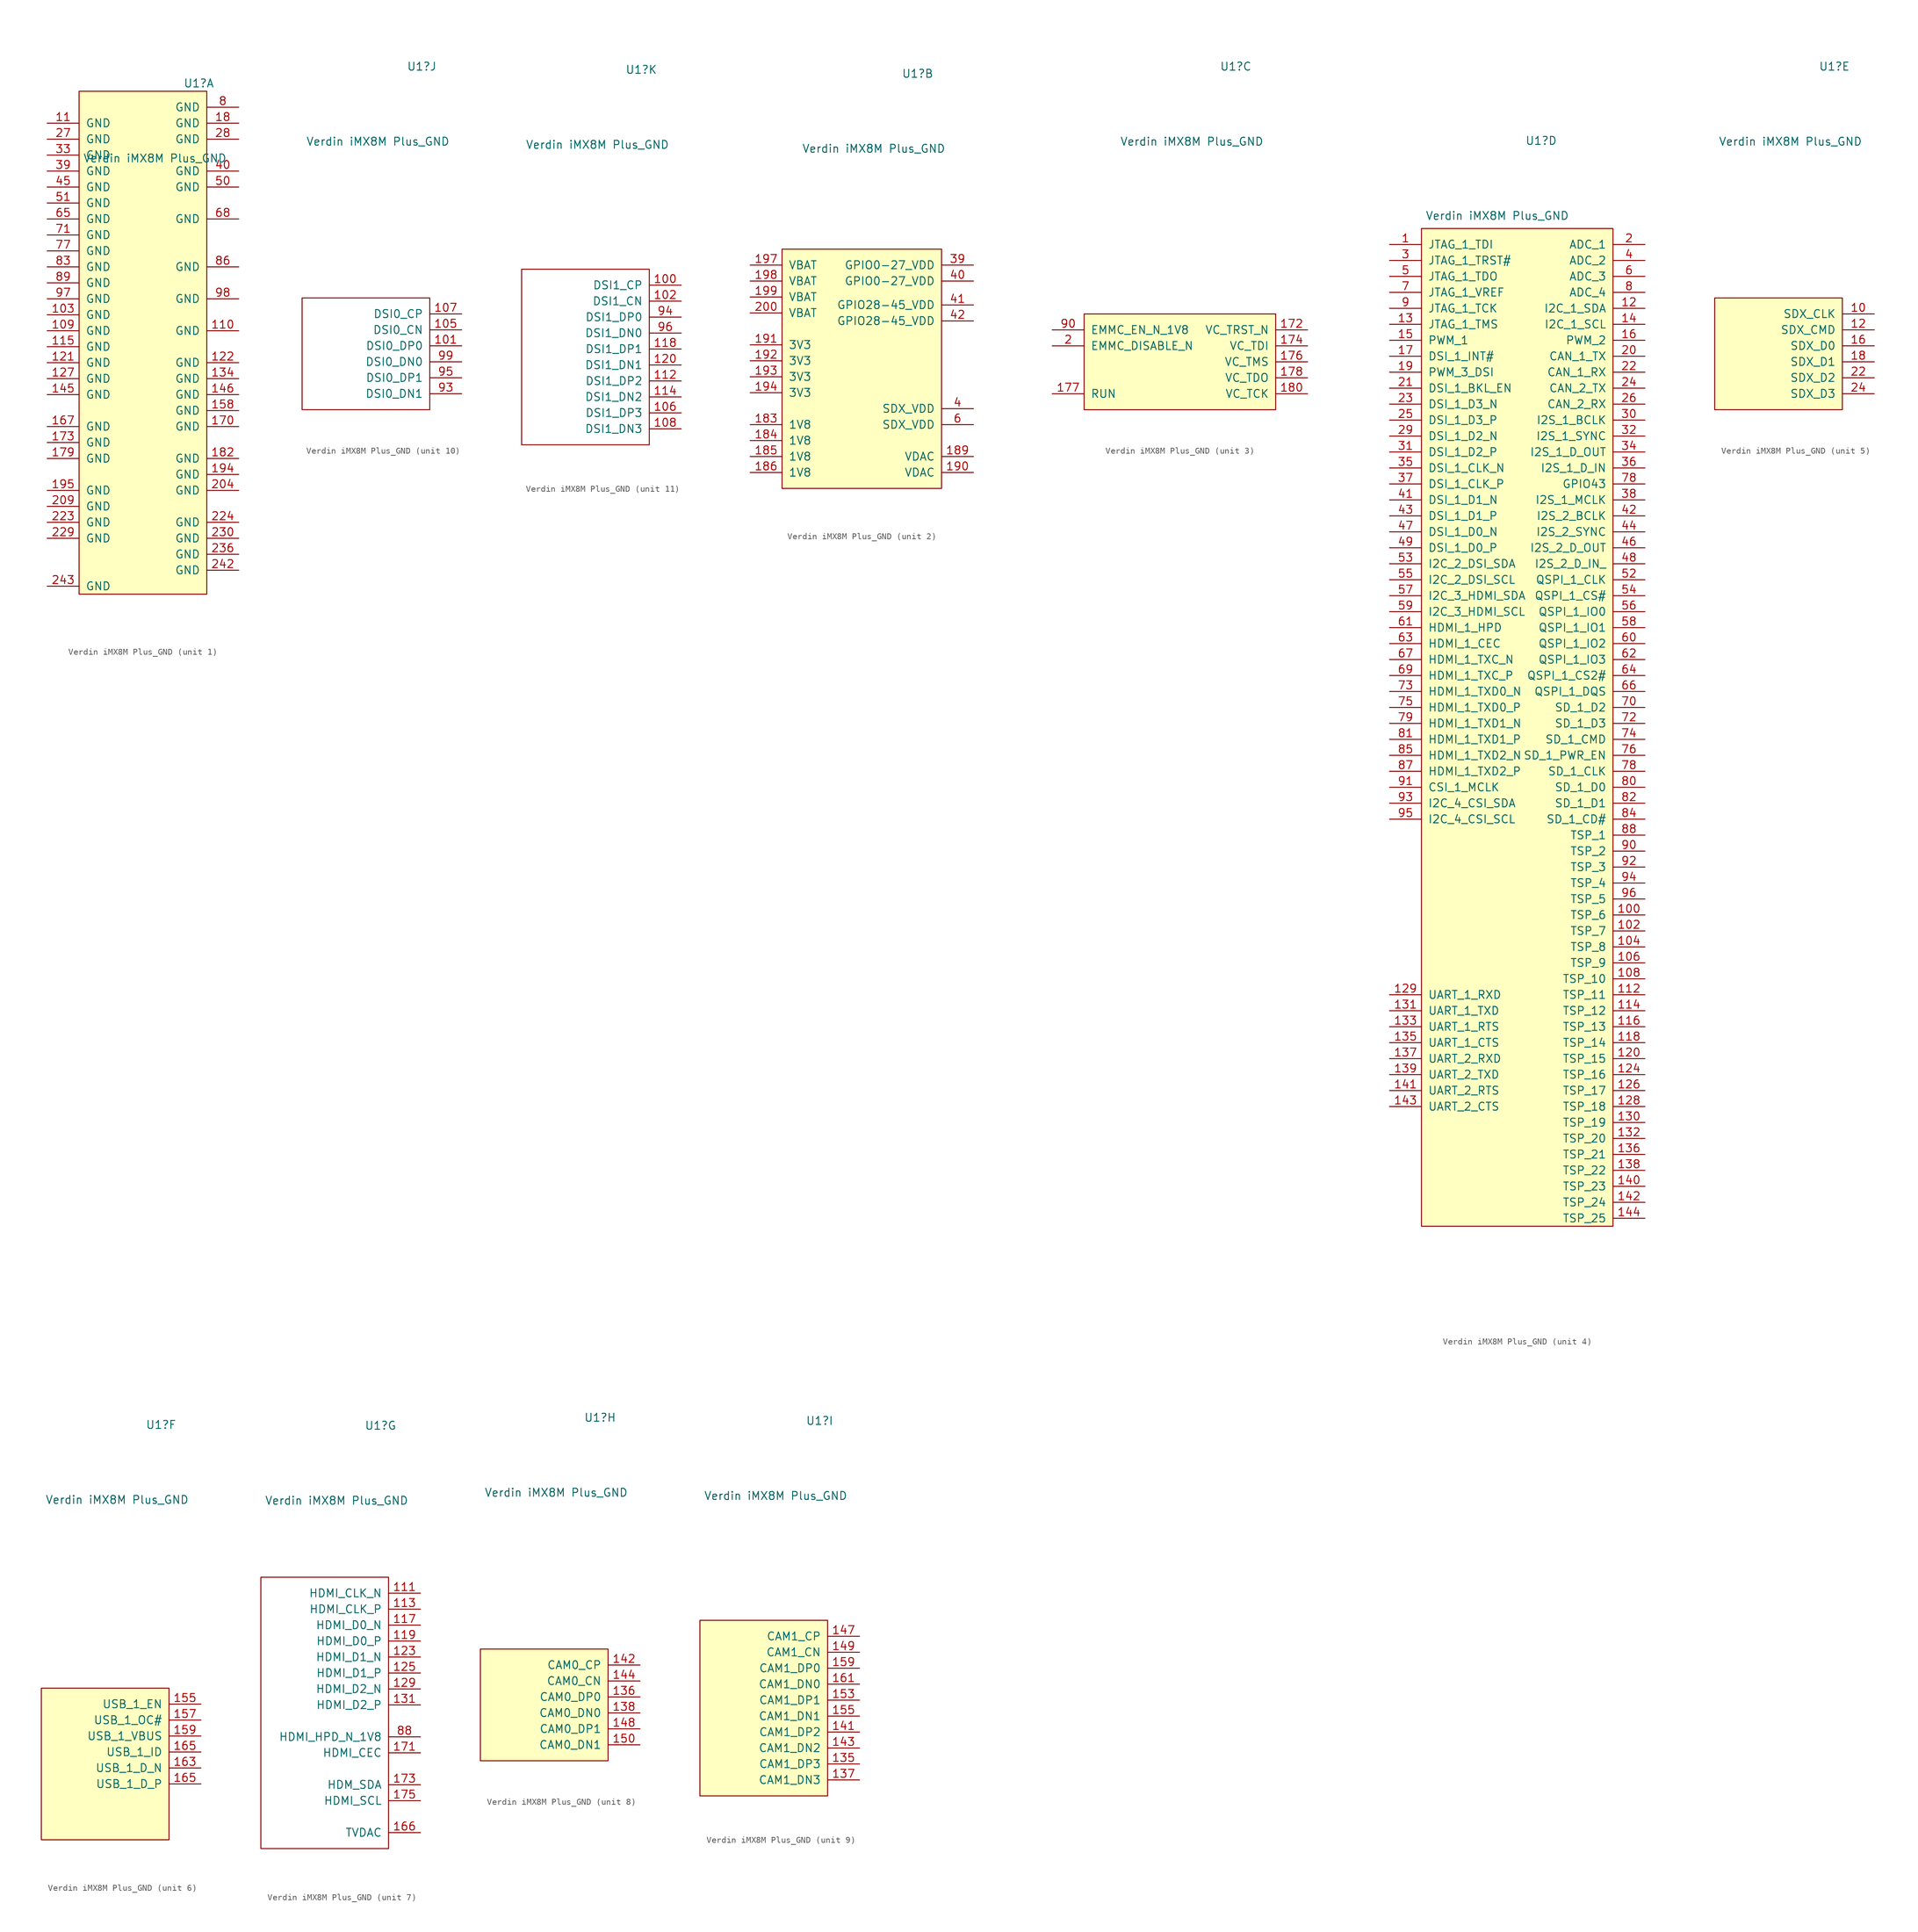
<source format=kicad_sym>
(kicad_symbol_lib
  (version 20220914)
  (generator kicad_symbol_editor)
  (symbol "Verdin iMX8M Plus_GND"
    (pin_names
      (offset 1.016))
    (property "Reference" "U1"
      (at 8.89 46.99 0)
      (effects (font (size 1.27 1.27))))
    (property "Value" "Verdin iMX8M Plus_GND"
      (at 1.905 35.052 0)
      (effects (font (size 1.27 1.27))))
    (property "ki_locked" ""
      (at 0 0 0)
      (effects (font (size 1.27 1.27))))
    (symbol "Verdin iMX8M Plus_GND_1_1"
      (rectangle (start -10.16 45.72) (end 10.16 -34.29) (stroke (width 0) (type default)) (fill (type background)))
      (pin power_in line (at -15.24 10.16 0) (length 5.08) (name "GND" (effects (font (size 1.27 1.27)))) (number "103" (effects (font (size 1.27 1.27)))))
      (pin power_in line (at -15.24 7.62 0) (length 5.08) (name "GND" (effects (font (size 1.27 1.27)))) (number "109" (effects (font (size 1.27 1.27)))))
      (pin power_in line (at -15.24 40.64 0) (length 5.08) (name "GND" (effects (font (size 1.27 1.27)))) (number "11" (effects (font (size 1.27 1.27)))))
      (pin power_in line (at 15.24 7.62 180) (length 5.08) (name "GND" (effects (font (size 1.27 1.27)))) (number "110" (effects (font (size 1.27 1.27)))))
      (pin power_in line (at -15.24 5.08 0) (length 5.08) (name "GND" (effects (font (size 1.27 1.27)))) (number "115" (effects (font (size 1.27 1.27)))))
      (pin power_in line (at -15.24 2.54 0) (length 5.08) (name "GND" (effects (font (size 1.27 1.27)))) (number "121" (effects (font (size 1.27 1.27)))))
      (pin power_in line (at 15.24 2.54 180) (length 5.08) (name "GND" (effects (font (size 1.27 1.27)))) (number "122" (effects (font (size 1.27 1.27)))))
      (pin power_in line (at -15.24 0 0) (length 5.08) (name "GND" (effects (font (size 1.27 1.27)))) (number "127" (effects (font (size 1.27 1.27)))))
      (pin power_in line (at 15.24 0 180) (length 5.08) (name "GND" (effects (font (size 1.27 1.27)))) (number "134" (effects (font (size 1.27 1.27)))))
      (pin power_in line (at -15.24 -2.54 0) (length 5.08) (name "GND" (effects (font (size 1.27 1.27)))) (number "145" (effects (font (size 1.27 1.27)))))
      (pin power_in line (at 15.24 -2.54 180) (length 5.08) (name "GND" (effects (font (size 1.27 1.27)))) (number "146" (effects (font (size 1.27 1.27)))))
      (pin power_in line (at 15.24 -5.08 180) (length 5.08) (name "GND" (effects (font (size 1.27 1.27)))) (number "158" (effects (font (size 1.27 1.27)))))
      (pin power_in line (at -15.24 -7.62 0) (length 5.08) (name "GND" (effects (font (size 1.27 1.27)))) (number "167" (effects (font (size 1.27 1.27)))))
      (pin power_in line (at 15.24 -7.62 180) (length 5.08) (name "GND" (effects (font (size 1.27 1.27)))) (number "170" (effects (font (size 1.27 1.27)))))
      (pin power_in line (at -15.24 -10.16 0) (length 5.08) (name "GND" (effects (font (size 1.27 1.27)))) (number "173" (effects (font (size 1.27 1.27)))))
      (pin power_in line (at -15.24 -12.7 0) (length 5.08) (name "GND" (effects (font (size 1.27 1.27)))) (number "179" (effects (font (size 1.27 1.27)))))
      (pin power_in line (at 15.24 40.64 180) (length 5.08) (name "GND" (effects (font (size 1.27 1.27)))) (number "18" (effects (font (size 1.27 1.27)))))
      (pin power_in line (at 15.24 -12.7 180) (length 5.08) (name "GND" (effects (font (size 1.27 1.27)))) (number "182" (effects (font (size 1.27 1.27)))))
      (pin power_in line (at 15.24 -15.24 180) (length 5.08) (name "GND" (effects (font (size 1.27 1.27)))) (number "194" (effects (font (size 1.27 1.27)))))
      (pin power_in line (at -15.24 -17.78 0) (length 5.08) (name "GND" (effects (font (size 1.27 1.27)))) (number "195" (effects (font (size 1.27 1.27)))))
      (pin power_in line (at 15.24 -17.78 180) (length 5.08) (name "GND" (effects (font (size 1.27 1.27)))) (number "204" (effects (font (size 1.27 1.27)))))
      (pin power_in line (at -15.24 -20.32 0) (length 5.08) (name "GND" (effects (font (size 1.27 1.27)))) (number "209" (effects (font (size 1.27 1.27)))))
      (pin power_in line (at -15.24 -22.86 0) (length 5.08) (name "GND" (effects (font (size 1.27 1.27)))) (number "223" (effects (font (size 1.27 1.27)))))
      (pin power_in line (at 15.24 -22.86 180) (length 5.08) (name "GND" (effects (font (size 1.27 1.27)))) (number "224" (effects (font (size 1.27 1.27)))))
      (pin power_in line (at -15.24 -25.4 0) (length 5.08) (name "GND" (effects (font (size 1.27 1.27)))) (number "229" (effects (font (size 1.27 1.27)))))
      (pin power_in line (at 15.24 -25.4 180) (length 5.08) (name "GND" (effects (font (size 1.27 1.27)))) (number "230" (effects (font (size 1.27 1.27)))))
      (pin power_in line (at 15.24 -27.94 180) (length 5.08) (name "GND" (effects (font (size 1.27 1.27)))) (number "236" (effects (font (size 1.27 1.27)))))
      (pin power_in line (at 15.24 -30.48 180) (length 5.08) (name "GND" (effects (font (size 1.27 1.27)))) (number "242" (effects (font (size 1.27 1.27)))))
      (pin power_in line (at -15.24 -33.02 0) (length 5.08) (name "GND" (effects (font (size 1.27 1.27)))) (number "243" (effects (font (size 1.27 1.27)))))
      (pin power_in line (at -15.24 38.1 0) (length 5.08) (name "GND" (effects (font (size 1.27 1.27)))) (number "27" (effects (font (size 1.27 1.27)))))
      (pin power_in line (at 15.24 38.1 180) (length 5.08) (name "GND" (effects (font (size 1.27 1.27)))) (number "28" (effects (font (size 1.27 1.27)))))
      (pin power_in line (at -15.24 35.56 0) (length 5.08) (name "GND" (effects (font (size 1.27 1.27)))) (number "33" (effects (font (size 1.27 1.27)))))
      (pin power_in line (at -15.24 33.02 0) (length 5.08) (name "GND" (effects (font (size 1.27 1.27)))) (number "39" (effects (font (size 1.27 1.27)))))
      (pin power_in line (at 15.24 33.02 180) (length 5.08) (name "GND" (effects (font (size 1.27 1.27)))) (number "40" (effects (font (size 1.27 1.27)))))
      (pin power_in line (at -15.24 30.48 0) (length 5.08) (name "GND" (effects (font (size 1.27 1.27)))) (number "45" (effects (font (size 1.27 1.27)))))
      (pin power_in line (at 15.24 30.48 180) (length 5.08) (name "GND" (effects (font (size 1.27 1.27)))) (number "50" (effects (font (size 1.27 1.27)))))
      (pin power_in line (at -15.24 27.94 0) (length 5.08) (name "GND" (effects (font (size 1.27 1.27)))) (number "51" (effects (font (size 1.27 1.27)))))
      (pin power_in line (at -15.24 25.4 0) (length 5.08) (name "GND" (effects (font (size 1.27 1.27)))) (number "65" (effects (font (size 1.27 1.27)))))
      (pin power_in line (at 15.24 25.4 180) (length 5.08) (name "GND" (effects (font (size 1.27 1.27)))) (number "68" (effects (font (size 1.27 1.27)))))
      (pin power_in line (at -15.24 22.86 0) (length 5.08) (name "GND" (effects (font (size 1.27 1.27)))) (number "71" (effects (font (size 1.27 1.27)))))
      (pin power_in line (at -15.24 20.32 0) (length 5.08) (name "GND" (effects (font (size 1.27 1.27)))) (number "77" (effects (font (size 1.27 1.27)))))
      (pin power_in line (at 15.24 43.18 180) (length 5.08) (name "GND" (effects (font (size 1.27 1.27)))) (number "8" (effects (font (size 1.27 1.27)))))
      (pin power_in line (at -15.24 17.78 0) (length 5.08) (name "GND" (effects (font (size 1.27 1.27)))) (number "83" (effects (font (size 1.27 1.27)))))
      (pin power_in line (at 15.24 17.78 180) (length 5.08) (name "GND" (effects (font (size 1.27 1.27)))) (number "86" (effects (font (size 1.27 1.27)))))
      (pin power_in line (at -15.24 15.24 0) (length 5.08) (name "GND" (effects (font (size 1.27 1.27)))) (number "89" (effects (font (size 1.27 1.27)))))
      (pin power_in line (at -15.24 12.7 0) (length 5.08) (name "GND" (effects (font (size 1.27 1.27)))) (number "97" (effects (font (size 1.27 1.27)))))
      (pin power_in line (at 15.24 12.7 180) (length 5.08) (name "GND" (effects (font (size 1.27 1.27)))) (number "98" (effects (font (size 1.27 1.27))))))
    (symbol "Verdin iMX8M Plus_GND_2_1"
      (rectangle (start -12.7 19.05) (end 12.7 -19.05) (stroke (width 0) (type default)) (fill (type background)))
      (pin power_in line (at -17.78 -8.89 0) (length 5.08) (name "1V8" (effects (font (size 1.27 1.27)))) (number "183" (effects (font (size 1.27 1.27)))))
      (pin power_in line (at -17.78 -11.43 0) (length 5.08) (name "1V8" (effects (font (size 1.27 1.27)))) (number "184" (effects (font (size 1.27 1.27)))))
      (pin power_in line (at -17.78 -13.97 0) (length 5.08) (name "1V8" (effects (font (size 1.27 1.27)))) (number "185" (effects (font (size 1.27 1.27)))))
      (pin power_in line (at -17.78 -16.51 0) (length 5.08) (name "1V8" (effects (font (size 1.27 1.27)))) (number "186" (effects (font (size 1.27 1.27)))))
      (pin power_in line (at 17.78 -13.97 180) (length 5.08) (name "VDAC" (effects (font (size 1.27 1.27)))) (number "189" (effects (font (size 1.27 1.27)))))
      (pin power_in line (at 17.78 -16.51 180) (length 5.08) (name "VDAC" (effects (font (size 1.27 1.27)))) (number "190" (effects (font (size 1.27 1.27)))))
      (pin power_in line (at -17.78 3.81 0) (length 5.08) (name "3V3" (effects (font (size 1.27 1.27)))) (number "191" (effects (font (size 1.27 1.27)))))
      (pin power_in line (at -17.78 1.27 0) (length 5.08) (name "3V3" (effects (font (size 1.27 1.27)))) (number "192" (effects (font (size 1.27 1.27)))))
      (pin power_in line (at -17.78 -1.27 0) (length 5.08) (name "3V3" (effects (font (size 1.27 1.27)))) (number "193" (effects (font (size 1.27 1.27)))))
      (pin power_in line (at -17.78 -3.81 0) (length 5.08) (name "3V3" (effects (font (size 1.27 1.27)))) (number "194" (effects (font (size 1.27 1.27)))))
      (pin power_in line (at -17.78 16.51 0) (length 5.08) (name "VBAT" (effects (font (size 1.27 1.27)))) (number "197" (effects (font (size 1.27 1.27)))))
      (pin power_in line (at -17.78 13.97 0) (length 5.08) (name "VBAT" (effects (font (size 1.27 1.27)))) (number "198" (effects (font (size 1.27 1.27)))))
      (pin power_in line (at -17.78 11.43 0) (length 5.08) (name "VBAT" (effects (font (size 1.27 1.27)))) (number "199" (effects (font (size 1.27 1.27)))))
      (pin power_in line (at -17.78 8.89 0) (length 5.08) (name "VBAT" (effects (font (size 1.27 1.27)))) (number "200" (effects (font (size 1.27 1.27)))))
      (pin power_in line (at 17.78 16.51 180) (length 5.08) (name "GPIO0-27_VDD" (effects (font (size 1.27 1.27)))) (number "39" (effects (font (size 1.27 1.27)))))
      (pin power_in line (at 17.78 -6.35 180) (length 5.08) (name "SDX_VDD" (effects (font (size 1.27 1.27)))) (number "4" (effects (font (size 1.27 1.27)))))
      (pin power_in line (at 17.78 13.97 180) (length 5.08) (name "GPIO0-27_VDD" (effects (font (size 1.27 1.27)))) (number "40" (effects (font (size 1.27 1.27)))))
      (pin power_in line (at 17.78 10.16 180) (length 5.08) (name "GPIO28-45_VDD" (effects (font (size 1.27 1.27)))) (number "41" (effects (font (size 1.27 1.27)))))
      (pin power_in line (at 17.78 7.62 180) (length 5.08) (name "GPIO28-45_VDD" (effects (font (size 1.27 1.27)))) (number "42" (effects (font (size 1.27 1.27)))))
      (pin power_in line (at 17.78 -8.89 180) (length 5.08) (name "SDX_VDD" (effects (font (size 1.27 1.27)))) (number "6" (effects (font (size 1.27 1.27))))))
    (symbol "Verdin iMX8M Plus_GND_3_1"
      (rectangle (start -15.24 7.62) (end 15.24 -7.62) (stroke (width 0) (type default)) (fill (type background)))
      (pin input line (at 20.32 5.08 180) (length 5.08) (name "VC_TRST_N" (effects (font (size 1.27 1.27)))) (number "172" (effects (font (size 1.27 1.27)))))
      (pin input line (at 20.32 2.54 180) (length 5.08) (name "VC_TDI" (effects (font (size 1.27 1.27)))) (number "174" (effects (font (size 1.27 1.27)))))
      (pin input line (at 20.32 0 180) (length 5.08) (name "VC_TMS" (effects (font (size 1.27 1.27)))) (number "176" (effects (font (size 1.27 1.27)))))
      (pin input line (at -20.32 -5.08 0) (length 5.08) (name "RUN" (effects (font (size 1.27 1.27)))) (number "177" (effects (font (size 1.27 1.27)))))
      (pin output line (at 20.32 -2.54 180) (length 5.08) (name "VC_TDO" (effects (font (size 1.27 1.27)))) (number "178" (effects (font (size 1.27 1.27)))))
      (pin input line (at 20.32 -5.08 180) (length 5.08) (name "VC_TCK" (effects (font (size 1.27 1.27)))) (number "180" (effects (font (size 1.27 1.27)))))
      (pin input line (at -20.32 2.54 0) (length 5.08) (name "EMMC_DISABLE_N" (effects (font (size 1.27 1.27)))) (number "2" (effects (font (size 1.27 1.27)))))
      (pin output line (at -20.32 5.08 0) (length 5.08) (name "EMMC_EN_N_1V8" (effects (font (size 1.27 1.27)))) (number "90" (effects (font (size 1.27 1.27))))))
    (symbol "Verdin iMX8M Plus_GND_4_1"
      (rectangle (start -10.16 33.02) (end 20.32 -125.73) (stroke (width 0) (type default)) (fill (type background)))
      (pin bidirectional line (at -15.24 30.48 0) (length 5.08) (name "JTAG_1_TDI" (effects (font (size 1.27 1.27)))) (number "1" (effects (font (size 1.27 1.27)))))
      (pin bidirectional line (at 25.4 -76.2 180) (length 5.08) (name "TSP_6" (effects (font (size 1.27 1.27)))) (number "100" (effects (font (size 1.27 1.27)))))
      (pin bidirectional line (at 25.4 -78.74 180) (length 5.08) (name "TSP_7" (effects (font (size 1.27 1.27)))) (number "102" (effects (font (size 1.27 1.27)))))
      (pin bidirectional line (at 25.4 -81.28 180) (length 5.08) (name "TSP_8" (effects (font (size 1.27 1.27)))) (number "104" (effects (font (size 1.27 1.27)))))
      (pin bidirectional line (at 25.4 -83.82 180) (length 5.08) (name "TSP_9" (effects (font (size 1.27 1.27)))) (number "106" (effects (font (size 1.27 1.27)))))
      (pin bidirectional line (at 25.4 -86.36 180) (length 5.08) (name "TSP_10" (effects (font (size 1.27 1.27)))) (number "108" (effects (font (size 1.27 1.27)))))
      (pin bidirectional line (at 25.4 -88.9 180) (length 5.08) (name "TSP_11" (effects (font (size 1.27 1.27)))) (number "112" (effects (font (size 1.27 1.27)))))
      (pin bidirectional line (at 25.4 -91.44 180) (length 5.08) (name "TSP_12" (effects (font (size 1.27 1.27)))) (number "114" (effects (font (size 1.27 1.27)))))
      (pin bidirectional line (at 25.4 -93.98 180) (length 5.08) (name "TSP_13" (effects (font (size 1.27 1.27)))) (number "116" (effects (font (size 1.27 1.27)))))
      (pin bidirectional line (at 25.4 -96.52 180) (length 5.08) (name "TSP_14" (effects (font (size 1.27 1.27)))) (number "118" (effects (font (size 1.27 1.27)))))
      (pin bidirectional line (at 25.4 20.32 180) (length 5.08) (name "I2C_1_SDA" (effects (font (size 1.27 1.27)))) (number "12" (effects (font (size 1.27 1.27)))))
      (pin bidirectional line (at 25.4 -99.06 180) (length 5.08) (name "TSP_15" (effects (font (size 1.27 1.27)))) (number "120" (effects (font (size 1.27 1.27)))))
      (pin bidirectional line (at 25.4 -101.6 180) (length 5.08) (name "TSP_16" (effects (font (size 1.27 1.27)))) (number "124" (effects (font (size 1.27 1.27)))))
      (pin bidirectional line (at 25.4 -104.14 180) (length 5.08) (name "TSP_17" (effects (font (size 1.27 1.27)))) (number "126" (effects (font (size 1.27 1.27)))))
      (pin bidirectional line (at 25.4 -106.68 180) (length 5.08) (name "TSP_18" (effects (font (size 1.27 1.27)))) (number "128" (effects (font (size 1.27 1.27)))))
      (pin bidirectional line (at -15.24 -88.9 0) (length 5.08) (name "UART_1_RXD" (effects (font (size 1.27 1.27)))) (number "129" (effects (font (size 1.27 1.27)))))
      (pin bidirectional line (at -15.24 17.78 0) (length 5.08) (name "JTAG_1_TMS" (effects (font (size 1.27 1.27)))) (number "13" (effects (font (size 1.27 1.27)))))
      (pin bidirectional line (at 25.4 -109.22 180) (length 5.08) (name "TSP_19" (effects (font (size 1.27 1.27)))) (number "130" (effects (font (size 1.27 1.27)))))
      (pin bidirectional line (at -15.24 -91.44 0) (length 5.08) (name "UART_1_TXD" (effects (font (size 1.27 1.27)))) (number "131" (effects (font (size 1.27 1.27)))))
      (pin bidirectional line (at 25.4 -111.76 180) (length 5.08) (name "TSP_20" (effects (font (size 1.27 1.27)))) (number "132" (effects (font (size 1.27 1.27)))))
      (pin bidirectional line (at -15.24 -93.98 0) (length 5.08) (name "UART_1_RTS" (effects (font (size 1.27 1.27)))) (number "133" (effects (font (size 1.27 1.27)))))
      (pin bidirectional line (at -15.24 -96.52 0) (length 5.08) (name "UART_1_CTS" (effects (font (size 1.27 1.27)))) (number "135" (effects (font (size 1.27 1.27)))))
      (pin bidirectional line (at 25.4 -114.3 180) (length 5.08) (name "TSP_21" (effects (font (size 1.27 1.27)))) (number "136" (effects (font (size 1.27 1.27)))))
      (pin bidirectional line (at -15.24 -99.06 0) (length 5.08) (name "UART_2_RXD" (effects (font (size 1.27 1.27)))) (number "137" (effects (font (size 1.27 1.27)))))
      (pin bidirectional line (at 25.4 -116.84 180) (length 5.08) (name "TSP_22" (effects (font (size 1.27 1.27)))) (number "138" (effects (font (size 1.27 1.27)))))
      (pin bidirectional line (at -15.24 -101.6 0) (length 5.08) (name "UART_2_TXD" (effects (font (size 1.27 1.27)))) (number "139" (effects (font (size 1.27 1.27)))))
      (pin bidirectional line (at 25.4 17.78 180) (length 5.08) (name "I2C_1_SCL" (effects (font (size 1.27 1.27)))) (number "14" (effects (font (size 1.27 1.27)))))
      (pin bidirectional line (at 25.4 -119.38 180) (length 5.08) (name "TSP_23" (effects (font (size 1.27 1.27)))) (number "140" (effects (font (size 1.27 1.27)))))
      (pin bidirectional line (at -15.24 -104.14 0) (length 5.08) (name "UART_2_RTS" (effects (font (size 1.27 1.27)))) (number "141" (effects (font (size 1.27 1.27)))))
      (pin bidirectional line (at 25.4 -121.92 180) (length 5.08) (name "TSP_24" (effects (font (size 1.27 1.27)))) (number "142" (effects (font (size 1.27 1.27)))))
      (pin bidirectional line (at -15.24 -106.68 0) (length 5.08) (name "UART_2_CTS" (effects (font (size 1.27 1.27)))) (number "143" (effects (font (size 1.27 1.27)))))
      (pin bidirectional line (at 25.4 -124.46 180) (length 5.08) (name "TSP_25" (effects (font (size 1.27 1.27)))) (number "144" (effects (font (size 1.27 1.27)))))
      (pin bidirectional line (at -15.24 15.24 0) (length 5.08) (name "PWM_1" (effects (font (size 1.27 1.27)))) (number "15" (effects (font (size 1.27 1.27)))))
      (pin bidirectional line (at 25.4 15.24 180) (length 5.08) (name "PWM_2" (effects (font (size 1.27 1.27)))) (number "16" (effects (font (size 1.27 1.27)))))
      (pin bidirectional line (at -15.24 12.7 0) (length 5.08) (name "DSI_1_INT#" (effects (font (size 1.27 1.27)))) (number "17" (effects (font (size 1.27 1.27)))))
      (pin bidirectional line (at -15.24 10.16 0) (length 5.08) (name "PWM_3_DSI" (effects (font (size 1.27 1.27)))) (number "19" (effects (font (size 1.27 1.27)))))
      (pin bidirectional line (at 25.4 30.48 180) (length 5.08) (name "ADC_1" (effects (font (size 1.27 1.27)))) (number "2" (effects (font (size 1.27 1.27)))))
      (pin bidirectional line (at 25.4 12.7 180) (length 5.08) (name "CAN_1_TX" (effects (font (size 1.27 1.27)))) (number "20" (effects (font (size 1.27 1.27)))))
      (pin bidirectional line (at -15.24 7.62 0) (length 5.08) (name "DSI_1_BKL_EN" (effects (font (size 1.27 1.27)))) (number "21" (effects (font (size 1.27 1.27)))))
      (pin bidirectional line (at 25.4 10.16 180) (length 5.08) (name "CAN_1_RX" (effects (font (size 1.27 1.27)))) (number "22" (effects (font (size 1.27 1.27)))))
      (pin bidirectional line (at -15.24 5.08 0) (length 5.08) (name "DSI_1_D3_N" (effects (font (size 1.27 1.27)))) (number "23" (effects (font (size 1.27 1.27)))))
      (pin bidirectional line (at 25.4 7.62 180) (length 5.08) (name "CAN_2_TX" (effects (font (size 1.27 1.27)))) (number "24" (effects (font (size 1.27 1.27)))))
      (pin bidirectional line (at -15.24 2.54 0) (length 5.08) (name "DSI_1_D3_P" (effects (font (size 1.27 1.27)))) (number "25" (effects (font (size 1.27 1.27)))))
      (pin bidirectional line (at 25.4 5.08 180) (length 5.08) (name "CAN_2_RX" (effects (font (size 1.27 1.27)))) (number "26" (effects (font (size 1.27 1.27)))))
      (pin bidirectional line (at -15.24 0 0) (length 5.08) (name "DSI_1_D2_N" (effects (font (size 1.27 1.27)))) (number "29" (effects (font (size 1.27 1.27)))))
      (pin bidirectional line (at -15.24 27.94 0) (length 5.08) (name "JTAG_1_TRST#" (effects (font (size 1.27 1.27)))) (number "3" (effects (font (size 1.27 1.27)))))
      (pin bidirectional line (at 25.4 2.54 180) (length 5.08) (name "I2S_1_BCLK" (effects (font (size 1.27 1.27)))) (number "30" (effects (font (size 1.27 1.27)))))
      (pin bidirectional line (at -15.24 -2.54 0) (length 5.08) (name "DSI_1_D2_P" (effects (font (size 1.27 1.27)))) (number "31" (effects (font (size 1.27 1.27)))))
      (pin bidirectional line (at 25.4 0 180) (length 5.08) (name "I2S_1_SYNC" (effects (font (size 1.27 1.27)))) (number "32" (effects (font (size 1.27 1.27)))))
      (pin bidirectional line (at 25.4 -2.54 180) (length 5.08) (name "I2S_1_D_OUT" (effects (font (size 1.27 1.27)))) (number "34" (effects (font (size 1.27 1.27)))))
      (pin bidirectional line (at -15.24 -5.08 0) (length 5.08) (name "DSI_1_CLK_N" (effects (font (size 1.27 1.27)))) (number "35" (effects (font (size 1.27 1.27)))))
      (pin bidirectional line (at 25.4 -5.08 180) (length 5.08) (name "I2S_1_D_IN" (effects (font (size 1.27 1.27)))) (number "36" (effects (font (size 1.27 1.27)))))
      (pin bidirectional line (at -15.24 -7.62 0) (length 5.08) (name "DSI_1_CLK_P" (effects (font (size 1.27 1.27)))) (number "37" (effects (font (size 1.27 1.27)))))
      (pin bidirectional line (at 25.4 -10.16 180) (length 5.08) (name "I2S_1_MCLK" (effects (font (size 1.27 1.27)))) (number "38" (effects (font (size 1.27 1.27)))))
      (pin bidirectional line (at 25.4 27.94 180) (length 5.08) (name "ADC_2" (effects (font (size 1.27 1.27)))) (number "4" (effects (font (size 1.27 1.27)))))
      (pin bidirectional line (at -15.24 -10.16 0) (length 5.08) (name "DSI_1_D1_N" (effects (font (size 1.27 1.27)))) (number "41" (effects (font (size 1.27 1.27)))))
      (pin bidirectional line (at 25.4 -12.7 180) (length 5.08) (name "I2S_2_BCLK" (effects (font (size 1.27 1.27)))) (number "42" (effects (font (size 1.27 1.27)))))
      (pin bidirectional line (at -15.24 -12.7 0) (length 5.08) (name "DSI_1_D1_P" (effects (font (size 1.27 1.27)))) (number "43" (effects (font (size 1.27 1.27)))))
      (pin bidirectional line (at 25.4 -15.24 180) (length 5.08) (name "I2S_2_SYNC" (effects (font (size 1.27 1.27)))) (number "44" (effects (font (size 1.27 1.27)))))
      (pin bidirectional line (at 25.4 -17.78 180) (length 5.08) (name "I2S_2_D_OUT" (effects (font (size 1.27 1.27)))) (number "46" (effects (font (size 1.27 1.27)))))
      (pin bidirectional line (at -15.24 -15.24 0) (length 5.08) (name "DSI_1_D0_N" (effects (font (size 1.27 1.27)))) (number "47" (effects (font (size 1.27 1.27)))))
      (pin bidirectional line (at 25.4 -20.32 180) (length 5.08) (name "I2S_2_D_IN_" (effects (font (size 1.27 1.27)))) (number "48" (effects (font (size 1.27 1.27)))))
      (pin bidirectional line (at -15.24 -17.78 0) (length 5.08) (name "DSI_1_D0_P" (effects (font (size 1.27 1.27)))) (number "49" (effects (font (size 1.27 1.27)))))
      (pin bidirectional line (at -15.24 25.4 0) (length 5.08) (name "JTAG_1_TDO" (effects (font (size 1.27 1.27)))) (number "5" (effects (font (size 1.27 1.27)))))
      (pin bidirectional line (at 25.4 -22.86 180) (length 5.08) (name "QSPI_1_CLK" (effects (font (size 1.27 1.27)))) (number "52" (effects (font (size 1.27 1.27)))))
      (pin bidirectional line (at -15.24 -20.32 0) (length 5.08) (name "I2C_2_DSI_SDA" (effects (font (size 1.27 1.27)))) (number "53" (effects (font (size 1.27 1.27)))))
      (pin bidirectional line (at 25.4 -25.4 180) (length 5.08) (name "QSPI_1_CS#" (effects (font (size 1.27 1.27)))) (number "54" (effects (font (size 1.27 1.27)))))
      (pin bidirectional line (at -15.24 -22.86 0) (length 5.08) (name "I2C_2_DSI_SCL" (effects (font (size 1.27 1.27)))) (number "55" (effects (font (size 1.27 1.27)))))
      (pin bidirectional line (at 25.4 -27.94 180) (length 5.08) (name "QSPI_1_IO0" (effects (font (size 1.27 1.27)))) (number "56" (effects (font (size 1.27 1.27)))))
      (pin bidirectional line (at -15.24 -25.4 0) (length 5.08) (name "I2C_3_HDMI_SDA" (effects (font (size 1.27 1.27)))) (number "57" (effects (font (size 1.27 1.27)))))
      (pin bidirectional line (at 25.4 -30.48 180) (length 5.08) (name "QSPI_1_IO1" (effects (font (size 1.27 1.27)))) (number "58" (effects (font (size 1.27 1.27)))))
      (pin bidirectional line (at -15.24 -27.94 0) (length 5.08) (name "I2C_3_HDMI_SCL" (effects (font (size 1.27 1.27)))) (number "59" (effects (font (size 1.27 1.27)))))
      (pin bidirectional line (at 25.4 25.4 180) (length 5.08) (name "ADC_3" (effects (font (size 1.27 1.27)))) (number "6" (effects (font (size 1.27 1.27)))))
      (pin bidirectional line (at 25.4 -33.02 180) (length 5.08) (name "QSPI_1_IO2" (effects (font (size 1.27 1.27)))) (number "60" (effects (font (size 1.27 1.27)))))
      (pin bidirectional line (at -15.24 -30.48 0) (length 5.08) (name "HDMI_1_HPD" (effects (font (size 1.27 1.27)))) (number "61" (effects (font (size 1.27 1.27)))))
      (pin bidirectional line (at 25.4 -35.56 180) (length 5.08) (name "QSPI_1_IO3" (effects (font (size 1.27 1.27)))) (number "62" (effects (font (size 1.27 1.27)))))
      (pin bidirectional line (at -15.24 -33.02 0) (length 5.08) (name "HDMI_1_CEC" (effects (font (size 1.27 1.27)))) (number "63" (effects (font (size 1.27 1.27)))))
      (pin bidirectional line (at 25.4 -38.1 180) (length 5.08) (name "QSPI_1_CS2#" (effects (font (size 1.27 1.27)))) (number "64" (effects (font (size 1.27 1.27)))))
      (pin bidirectional line (at 25.4 -40.64 180) (length 5.08) (name "QSPI_1_DQS" (effects (font (size 1.27 1.27)))) (number "66" (effects (font (size 1.27 1.27)))))
      (pin bidirectional line (at -15.24 -35.56 0) (length 5.08) (name "HDMI_1_TXC_N" (effects (font (size 1.27 1.27)))) (number "67" (effects (font (size 1.27 1.27)))))
      (pin bidirectional line (at -15.24 -38.1 0) (length 5.08) (name "HDMI_1_TXC_P" (effects (font (size 1.27 1.27)))) (number "69" (effects (font (size 1.27 1.27)))))
      (pin bidirectional line (at -15.24 22.86 0) (length 5.08) (name "JTAG_1_VREF" (effects (font (size 1.27 1.27)))) (number "7" (effects (font (size 1.27 1.27)))))
      (pin bidirectional line (at 25.4 -43.18 180) (length 5.08) (name "SD_1_D2" (effects (font (size 1.27 1.27)))) (number "70" (effects (font (size 1.27 1.27)))))
      (pin bidirectional line (at 25.4 -45.72 180) (length 5.08) (name "SD_1_D3" (effects (font (size 1.27 1.27)))) (number "72" (effects (font (size 1.27 1.27)))))
      (pin bidirectional line (at -15.24 -40.64 0) (length 5.08) (name "HDMI_1_TXD0_N" (effects (font (size 1.27 1.27)))) (number "73" (effects (font (size 1.27 1.27)))))
      (pin bidirectional line (at 25.4 -48.26 180) (length 5.08) (name "SD_1_CMD" (effects (font (size 1.27 1.27)))) (number "74" (effects (font (size 1.27 1.27)))))
      (pin bidirectional line (at -15.24 -43.18 0) (length 5.08) (name "HDMI_1_TXD0_P" (effects (font (size 1.27 1.27)))) (number "75" (effects (font (size 1.27 1.27)))))
      (pin bidirectional line (at 25.4 -50.8 180) (length 5.08) (name "SD_1_PWR_EN" (effects (font (size 1.27 1.27)))) (number "76" (effects (font (size 1.27 1.27)))))
      (pin bidirectional line (at 25.4 -7.62 180) (length 5.08) (name "GPIO43" (effects (font (size 1.27 1.27)))) (number "78" (effects (font (size 1.27 1.27)))))
      (pin bidirectional line (at 25.4 -53.34 180) (length 5.08) (name "SD_1_CLK" (effects (font (size 1.27 1.27)))) (number "78" (effects (font (size 1.27 1.27)))))
      (pin bidirectional line (at -15.24 -45.72 0) (length 5.08) (name "HDMI_1_TXD1_N" (effects (font (size 1.27 1.27)))) (number "79" (effects (font (size 1.27 1.27)))))
      (pin bidirectional line (at 25.4 22.86 180) (length 5.08) (name "ADC_4" (effects (font (size 1.27 1.27)))) (number "8" (effects (font (size 1.27 1.27)))))
      (pin bidirectional line (at 25.4 -55.88 180) (length 5.08) (name "SD_1_D0" (effects (font (size 1.27 1.27)))) (number "80" (effects (font (size 1.27 1.27)))))
      (pin bidirectional line (at -15.24 -48.26 0) (length 5.08) (name "HDMI_1_TXD1_P" (effects (font (size 1.27 1.27)))) (number "81" (effects (font (size 1.27 1.27)))))
      (pin bidirectional line (at 25.4 -58.42 180) (length 5.08) (name "SD_1_D1" (effects (font (size 1.27 1.27)))) (number "82" (effects (font (size 1.27 1.27)))))
      (pin bidirectional line (at 25.4 -60.96 180) (length 5.08) (name "SD_1_CD#" (effects (font (size 1.27 1.27)))) (number "84" (effects (font (size 1.27 1.27)))))
      (pin bidirectional line (at -15.24 -50.8 0) (length 5.08) (name "HDMI_1_TXD2_N" (effects (font (size 1.27 1.27)))) (number "85" (effects (font (size 1.27 1.27)))))
      (pin bidirectional line (at -15.24 -53.34 0) (length 5.08) (name "HDMI_1_TXD2_P" (effects (font (size 1.27 1.27)))) (number "87" (effects (font (size 1.27 1.27)))))
      (pin bidirectional line (at 25.4 -63.5 180) (length 5.08) (name "TSP_1" (effects (font (size 1.27 1.27)))) (number "88" (effects (font (size 1.27 1.27)))))
      (pin bidirectional line (at -15.24 20.32 0) (length 5.08) (name "JTAG_1_TCK" (effects (font (size 1.27 1.27)))) (number "9" (effects (font (size 1.27 1.27)))))
      (pin bidirectional line (at 25.4 -66.04 180) (length 5.08) (name "TSP_2" (effects (font (size 1.27 1.27)))) (number "90" (effects (font (size 1.27 1.27)))))
      (pin bidirectional line (at -15.24 -55.88 0) (length 5.08) (name "CSI_1_MCLK" (effects (font (size 1.27 1.27)))) (number "91" (effects (font (size 1.27 1.27)))))
      (pin bidirectional line (at 25.4 -68.58 180) (length 5.08) (name "TSP_3" (effects (font (size 1.27 1.27)))) (number "92" (effects (font (size 1.27 1.27)))))
      (pin bidirectional line (at -15.24 -58.42 0) (length 5.08) (name "I2C_4_CSI_SDA" (effects (font (size 1.27 1.27)))) (number "93" (effects (font (size 1.27 1.27)))))
      (pin bidirectional line (at 25.4 -71.12 180) (length 5.08) (name "TSP_4" (effects (font (size 1.27 1.27)))) (number "94" (effects (font (size 1.27 1.27)))))
      (pin bidirectional line (at -15.24 -60.96 0) (length 5.08) (name "I2C_4_CSI_SCL" (effects (font (size 1.27 1.27)))) (number "95" (effects (font (size 1.27 1.27)))))
      (pin bidirectional line (at 25.4 -73.66 180) (length 5.08) (name "TSP_5" (effects (font (size 1.27 1.27)))) (number "96" (effects (font (size 1.27 1.27))))))
    (symbol "Verdin iMX8M Plus_GND_5_0"
      (rectangle (start 10.16 10.16) (end -10.16 -7.62) (stroke (width 0) (type default)) (fill (type background))))
    (symbol "Verdin iMX8M Plus_GND_5_1"
      (pin output line (at 15.24 7.62 180) (length 5.08) (name "SDX_CLK" (effects (font (size 1.27 1.27)))) (number "10" (effects (font (size 1.27 1.27)))))
      (pin bidirectional line (at 15.24 5.08 180) (length 5.08) (name "SDX_CMD" (effects (font (size 1.27 1.27)))) (number "12" (effects (font (size 1.27 1.27)))))
      (pin bidirectional line (at 15.24 2.54 180) (length 5.08) (name "SDX_D0" (effects (font (size 1.27 1.27)))) (number "16" (effects (font (size 1.27 1.27)))))
      (pin bidirectional line (at 15.24 0 180) (length 5.08) (name "SDX_D1" (effects (font (size 1.27 1.27)))) (number "18" (effects (font (size 1.27 1.27)))))
      (pin bidirectional line (at 15.24 -2.54 180) (length 5.08) (name "SDX_D2" (effects (font (size 1.27 1.27)))) (number "22" (effects (font (size 1.27 1.27)))))
      (pin bidirectional line (at 15.24 -5.08 180) (length 5.08) (name "SDX_D3" (effects (font (size 1.27 1.27)))) (number "24" (effects (font (size 1.27 1.27))))))
    (symbol "Verdin iMX8M Plus_GND_6_0"
      (rectangle (start -10.16 5.08) (end 10.16 -19.05) (stroke (width 0) (type default)) (fill (type background))))
    (symbol "Verdin iMX8M Plus_GND_6_1"
      (pin bidirectional line (at 15.24 2.54 180) (length 5.08) (name "USB_1_EN" (effects (font (size 1.27 1.27)))) (number "155" (effects (font (size 1.27 1.27)))))
      (pin bidirectional line (at 15.24 0 180) (length 5.08) (name "USB_1_OC#" (effects (font (size 1.27 1.27)))) (number "157" (effects (font (size 1.27 1.27)))))
      (pin input line (at 15.24 -2.54 180) (length 5.08) (name "USB_1_VBUS" (effects (font (size 1.27 1.27)))) (number "159" (effects (font (size 1.27 1.27)))))
      (pin bidirectional line (at 15.24 -7.62 180) (length 5.08) (name "USB_1_D_N" (effects (font (size 1.27 1.27)))) (number "163" (effects (font (size 1.27 1.27)))))
      (pin bidirectional line (at 15.24 -10.16 180) (length 5.08) (name "USB_1_D_P" (effects (font (size 1.27 1.27)))) (number "165" (effects (font (size 1.27 1.27)))))
      (pin bidirectional line (at 15.24 -5.08 180) (length 5.08) (name "USB_1_ID" (effects (font (size 1.27 1.27)))) (number "165" (effects (font (size 1.27 1.27))))))
    (symbol "Verdin iMX8M Plus_GND_7_0"
      (rectangle (start 10.16 22.86) (end -10.16 -20.32) (stroke (width 0) (type default)) (fill (type none))))
    (symbol "Verdin iMX8M Plus_GND_7_1"
      (pin output line (at 15.24 20.32 180) (length 5.08) (name "HDMI_CLK_N" (effects (font (size 1.27 1.27)))) (number "111" (effects (font (size 1.27 1.27)))))
      (pin output line (at 15.24 17.78 180) (length 5.08) (name "HDMI_CLK_P" (effects (font (size 1.27 1.27)))) (number "113" (effects (font (size 1.27 1.27)))))
      (pin output line (at 15.24 15.24 180) (length 5.08) (name "HDMI_D0_N" (effects (font (size 1.27 1.27)))) (number "117" (effects (font (size 1.27 1.27)))))
      (pin output line (at 15.24 12.7 180) (length 5.08) (name "HDMI_D0_P" (effects (font (size 1.27 1.27)))) (number "119" (effects (font (size 1.27 1.27)))))
      (pin output line (at 15.24 10.16 180) (length 5.08) (name "HDMI_D1_N" (effects (font (size 1.27 1.27)))) (number "123" (effects (font (size 1.27 1.27)))))
      (pin output line (at 15.24 7.62 180) (length 5.08) (name "HDMI_D1_P" (effects (font (size 1.27 1.27)))) (number "125" (effects (font (size 1.27 1.27)))))
      (pin output line (at 15.24 5.08 180) (length 5.08) (name "HDMI_D2_N" (effects (font (size 1.27 1.27)))) (number "129" (effects (font (size 1.27 1.27)))))
      (pin output line (at 15.24 2.54 180) (length 5.08) (name "HDMI_D2_P" (effects (font (size 1.27 1.27)))) (number "131" (effects (font (size 1.27 1.27)))))
      (pin output line (at 15.24 -17.78 180) (length 5.08) (name "TVDAC" (effects (font (size 1.27 1.27)))) (number "166" (effects (font (size 1.27 1.27)))))
      (pin bidirectional line (at 15.24 -5.08 180) (length 5.08) (name "HDMI_CEC" (effects (font (size 1.27 1.27)))) (number "171" (effects (font (size 1.27 1.27)))))
      (pin bidirectional line (at 15.24 -10.16 180) (length 5.08) (name "HDM_SDA" (effects (font (size 1.27 1.27)))) (number "173" (effects (font (size 1.27 1.27)))))
      (pin bidirectional line (at 15.24 -12.7 180) (length 5.08) (name "HDMI_SCL" (effects (font (size 1.27 1.27)))) (number "175" (effects (font (size 1.27 1.27)))))
      (pin input line (at 15.24 -2.54 180) (length 5.08) (name "HDMI_HPD_N_1V8" (effects (font (size 1.27 1.27)))) (number "88" (effects (font (size 1.27 1.27))))))
    (symbol "Verdin iMX8M Plus_GND_8_0"
      (rectangle (start 10.16 10.16) (end -10.16 -7.62) (stroke (width 0) (type default)) (fill (type background))))
    (symbol "Verdin iMX8M Plus_GND_8_1"
      (pin input line (at 15.24 2.54 180) (length 5.08) (name "CAM0_DP0" (effects (font (size 1.27 1.27)))) (number "136" (effects (font (size 1.27 1.27)))))
      (pin input line (at 15.24 0 180) (length 5.08) (name "CAM0_DN0" (effects (font (size 1.27 1.27)))) (number "138" (effects (font (size 1.27 1.27)))))
      (pin input line (at 15.24 7.62 180) (length 5.08) (name "CAM0_CP" (effects (font (size 1.27 1.27)))) (number "142" (effects (font (size 1.27 1.27)))))
      (pin input line (at 15.24 5.08 180) (length 5.08) (name "CAM0_CN" (effects (font (size 1.27 1.27)))) (number "144" (effects (font (size 1.27 1.27)))))
      (pin input line (at 15.24 -2.54 180) (length 5.08) (name "CAM0_DP1" (effects (font (size 1.27 1.27)))) (number "148" (effects (font (size 1.27 1.27)))))
      (pin input line (at 15.24 -5.08 180) (length 5.08) (name "CAM0_DN1" (effects (font (size 1.27 1.27)))) (number "150" (effects (font (size 1.27 1.27))))))
    (symbol "Verdin iMX8M Plus_GND_9_0"
      (rectangle (start 10.16 15.24) (end -10.16 -12.7) (stroke (width 0) (type default)) (fill (type background))))
    (symbol "Verdin iMX8M Plus_GND_9_1"
      (pin input line (at 15.24 -7.62 180) (length 5.08) (name "CAM1_DP3" (effects (font (size 1.27 1.27)))) (number "135" (effects (font (size 1.27 1.27)))))
      (pin input line (at 15.24 -10.16 180) (length 5.08) (name "CAM1_DN3" (effects (font (size 1.27 1.27)))) (number "137" (effects (font (size 1.27 1.27)))))
      (pin input line (at 15.24 -2.54 180) (length 5.08) (name "CAM1_DP2" (effects (font (size 1.27 1.27)))) (number "141" (effects (font (size 1.27 1.27)))))
      (pin input line (at 15.24 -5.08 180) (length 5.08) (name "CAM1_DN2" (effects (font (size 1.27 1.27)))) (number "143" (effects (font (size 1.27 1.27)))))
      (pin input line (at 15.24 12.7 180) (length 5.08) (name "CAM1_CP" (effects (font (size 1.27 1.27)))) (number "147" (effects (font (size 1.27 1.27)))))
      (pin input line (at 15.24 10.16 180) (length 5.08) (name "CAM1_CN" (effects (font (size 1.27 1.27)))) (number "149" (effects (font (size 1.27 1.27)))))
      (pin input line (at 15.24 2.54 180) (length 5.08) (name "CAM1_DP1" (effects (font (size 1.27 1.27)))) (number "153" (effects (font (size 1.27 1.27)))))
      (pin input line (at 15.24 0 180) (length 5.08) (name "CAM1_DN1" (effects (font (size 1.27 1.27)))) (number "155" (effects (font (size 1.27 1.27)))))
      (pin input line (at 15.24 7.62 180) (length 5.08) (name "CAM1_DP0" (effects (font (size 1.27 1.27)))) (number "159" (effects (font (size 1.27 1.27)))))
      (pin input line (at 15.24 5.08 180) (length 5.08) (name "CAM1_DN0" (effects (font (size 1.27 1.27)))) (number "161" (effects (font (size 1.27 1.27))))))
    (symbol "Verdin iMX8M Plus_GND_10_0"
      (rectangle (start 10.16 10.16) (end -10.16 -7.62) (stroke (width 0) (type default)) (fill (type none))))
    (symbol "Verdin iMX8M Plus_GND_10_1"
      (pin output line (at 15.24 2.54 180) (length 5.08) (name "DSI0_DP0" (effects (font (size 1.27 1.27)))) (number "101" (effects (font (size 1.27 1.27)))))
      (pin output line (at 15.24 5.08 180) (length 5.08) (name "DSI0_CN" (effects (font (size 1.27 1.27)))) (number "105" (effects (font (size 1.27 1.27)))))
      (pin output line (at 15.24 7.62 180) (length 5.08) (name "DSI0_CP" (effects (font (size 1.27 1.27)))) (number "107" (effects (font (size 1.27 1.27)))))
      (pin output line (at 15.24 -5.08 180) (length 5.08) (name "DSI0_DN1" (effects (font (size 1.27 1.27)))) (number "93" (effects (font (size 1.27 1.27)))))
      (pin output line (at 15.24 -2.54 180) (length 5.08) (name "DSI0_DP1" (effects (font (size 1.27 1.27)))) (number "95" (effects (font (size 1.27 1.27)))))
      (pin output line (at 15.24 0 180) (length 5.08) (name "DSI0_DN0" (effects (font (size 1.27 1.27)))) (number "99" (effects (font (size 1.27 1.27))))))
    (symbol "Verdin iMX8M Plus_GND_11_0"
      (rectangle (start 10.16 15.24) (end -10.16 -12.7) (stroke (width 0) (type default)) (fill (type none))))
    (symbol "Verdin iMX8M Plus_GND_11_1"
      (pin output line (at 15.24 12.7 180) (length 5.08) (name "DSI1_CP" (effects (font (size 1.27 1.27)))) (number "100" (effects (font (size 1.27 1.27)))))
      (pin output line (at 15.24 10.16 180) (length 5.08) (name "DSI1_CN" (effects (font (size 1.27 1.27)))) (number "102" (effects (font (size 1.27 1.27)))))
      (pin output line (at 15.24 -7.62 180) (length 5.08) (name "DSI1_DP3" (effects (font (size 1.27 1.27)))) (number "106" (effects (font (size 1.27 1.27)))))
      (pin output line (at 15.24 -10.16 180) (length 5.08) (name "DSI1_DN3" (effects (font (size 1.27 1.27)))) (number "108" (effects (font (size 1.27 1.27)))))
      (pin output line (at 15.24 -2.54 180) (length 5.08) (name "DSI1_DP2" (effects (font (size 1.27 1.27)))) (number "112" (effects (font (size 1.27 1.27)))))
      (pin output line (at 15.24 -5.08 180) (length 5.08) (name "DSI1_DN2" (effects (font (size 1.27 1.27)))) (number "114" (effects (font (size 1.27 1.27)))))
      (pin output line (at 15.24 2.54 180) (length 5.08) (name "DSI1_DP1" (effects (font (size 1.27 1.27)))) (number "118" (effects (font (size 1.27 1.27)))))
      (pin output line (at 15.24 0 180) (length 5.08) (name "DSI1_DN1" (effects (font (size 1.27 1.27)))) (number "120" (effects (font (size 1.27 1.27)))))
      (pin output line (at 15.24 7.62 180) (length 5.08) (name "DSI1_DP0" (effects (font (size 1.27 1.27)))) (number "94" (effects (font (size 1.27 1.27)))))
      (pin output line (at 15.24 5.08 180) (length 5.08) (name "DSI1_DN0" (effects (font (size 1.27 1.27)))) (number "96" (effects (font (size 1.27 1.27))))))))
</source>
